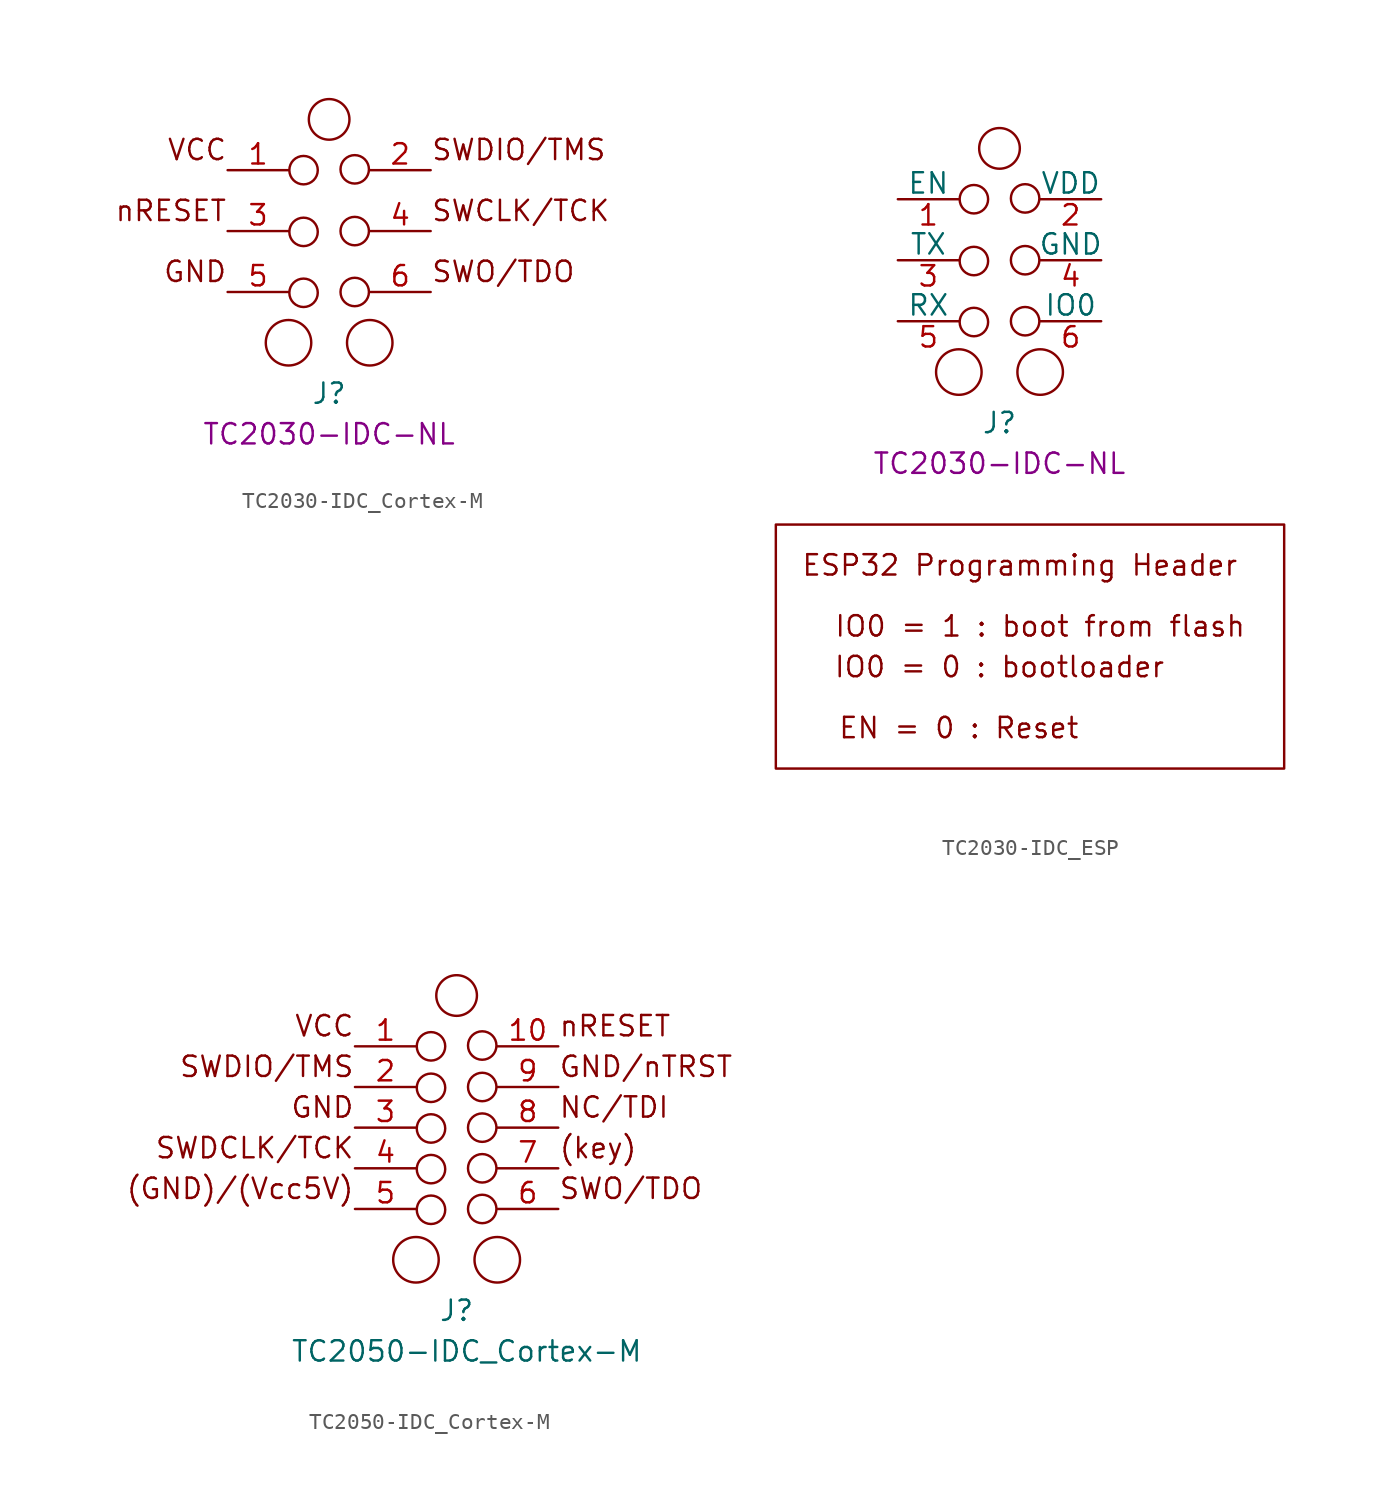
<source format=kicad_sym>
(kicad_symbol_lib
  (version 20211014)
  (generator kicad_symbol_editor)
  (symbol "TC2030-IDC_Cortex-M"
    (pin_names
      (offset 0) hide)
    (property "Reference" "J"
      (at 0 -10.16 0)
      (effects (font (size 1.27 1.27))))
    (property "Connector" "TC2030-IDC-NL"
      (at 0 -12.7 0)
      (effects (font (size 1.27 1.27))))
    (symbol "TC2030-IDC_Cortex-M_0_0"
      (text "GND" (at -6.35 -2.54 0) (effects (font (size 1.27 1.27)) (justify right)))
      (text "nRESET" (at -6.35 1.27 0) (effects (font (size 1.27 1.27)) (justify right)))
      (text "SWCLK/TCK" (at 6.35 1.27 0) (effects (font (size 1.27 1.27)) (justify left)))
      (text "SWDIO/TMS" (at 6.35 5.08 0) (effects (font (size 1.27 1.27)) (justify left)))
      (text "SWO/TDO" (at 6.35 -2.54 0) (effects (font (size 1.27 1.27)) (justify left)))
      (text "VCC" (at -6.35 5.08 0) (effects (font (size 1.27 1.27)) (justify right))))
    (symbol "TC2030-IDC_Cortex-M_0_1"
      (circle (center -2.54 -6.985) (radius 1.422) (stroke (width 0) (type default) (color 0 0 0 0)) (fill (type none)))
      (circle (center -1.6 3.81) (radius 0.889) (stroke (width 0) (type default) (color 0 0 0 0)) (fill (type none)))
      (circle (center 0 6.985) (radius 1.27) (stroke (width 0) (type default) (color 0 0 0 0)) (fill (type none))))
    (symbol "TC2030-IDC_Cortex-M_1_1"
      (circle (center -1.6 -3.861) (radius 0.889) (stroke (width 0) (type default) (color 0 0 0 0)) (fill (type none)))
      (circle (center -1.6 -0.051) (radius 0.889) (stroke (width 0) (type default) (color 0 0 0 0)) (fill (type none)))
      (circle (center 1.6 -3.81) (radius 0.889) (stroke (width 0) (type default) (color 0 0 0 0)) (fill (type none)))
      (circle (center 1.6 0) (radius 0.889) (stroke (width 0) (type default) (color 0 0 0 0)) (fill (type none)))
      (circle (center 1.6 3.861) (radius 0.889) (stroke (width 0) (type default) (color 0 0 0 0)) (fill (type none)))
      (circle (center 2.54 -6.985) (radius 1.422) (stroke (width 0) (type default) (color 0 0 0 0)) (fill (type none)))
      (pin passive line (at -6.35 3.81 0) (length 3.81) (name "VCC" (effects (font (size 1.27 1.27)))) (number "1" (effects (font (size 1.27 1.27)))))
      (pin passive line (at 6.35 3.81 180) (length 3.81) (name "SWDIO" (effects (font (size 1.27 1.27)))) (number "2" (effects (font (size 1.27 1.27)))))
      (pin passive line (at -6.35 0 0) (length 3.81) (name "nRESET" (effects (font (size 1.27 1.27)))) (number "3" (effects (font (size 1.27 1.27)))))
      (pin passive line (at 6.35 0 180) (length 3.81) (name "SWCLK" (effects (font (size 1.27 1.27)))) (number "4" (effects (font (size 1.27 1.27)))))
      (pin passive line (at -6.35 -3.81 0) (length 3.81) (name "GND" (effects (font (size 1.27 1.27)))) (number "5" (effects (font (size 1.27 1.27)))))
      (pin passive line (at 6.35 -3.81 180) (length 3.81) (name "SWO" (effects (font (size 1.27 1.27)))) (number "6" (effects (font (size 1.27 1.27)))))))
  (symbol "TC2030-IDC_ESP"
    (pin_names
      (offset 0))
    (property "Reference" "J"
      (at 0 -10.16 0)
      (effects (font (size 1.27 1.27))))
    (property "Connector" "TC2030-IDC-NL"
      (at 0 -12.7 0)
      (effects (font (size 1.27 1.27))))
    (symbol "TC2030-IDC_ESP_0_0"
      (rectangle (start -13.97 -16.51) (end 17.78 -31.75) (stroke (width 0) (type default) (color 0 0 0 0)) (fill (type none)))
      (text "EN = 0 : Reset" (at -2.54 -29.21 0) (effects (font (size 1.27 1.27))))
      (text "ESP32 Programming Header" (at 1.27 -19.05 0) (effects (font (size 1.27 1.27))))
      (text "IO0 = 0 : bootloader" (at 0 -25.4 0) (effects (font (size 1.27 1.27))))
      (text "IO0 = 1 : boot from flash" (at 2.54 -22.86 0) (effects (font (size 1.27 1.27)))))
    (symbol "TC2030-IDC_ESP_0_1"
      (circle (center -2.54 -6.985) (radius 1.422) (stroke (width 0) (type default) (color 0 0 0 0)) (fill (type none)))
      (circle (center -1.6 3.81) (radius 0.889) (stroke (width 0) (type default) (color 0 0 0 0)) (fill (type none)))
      (circle (center 0 6.985) (radius 1.27) (stroke (width 0) (type default) (color 0 0 0 0)) (fill (type none))))
    (symbol "TC2030-IDC_ESP_1_1"
      (circle (center -1.6 -3.861) (radius 0.889) (stroke (width 0) (type default) (color 0 0 0 0)) (fill (type none)))
      (circle (center -1.6 -0.051) (radius 0.889) (stroke (width 0) (type default) (color 0 0 0 0)) (fill (type none)))
      (circle (center 1.6 -3.81) (radius 0.889) (stroke (width 0) (type default) (color 0 0 0 0)) (fill (type none)))
      (circle (center 1.6 0) (radius 0.889) (stroke (width 0) (type default) (color 0 0 0 0)) (fill (type none)))
      (circle (center 1.6 3.861) (radius 0.889) (stroke (width 0) (type default) (color 0 0 0 0)) (fill (type none)))
      (circle (center 2.54 -6.985) (radius 1.422) (stroke (width 0) (type default) (color 0 0 0 0)) (fill (type none)))
      (pin passive line (at -6.35 3.81 0) (length 3.81) (name "EN" (effects (font (size 1.27 1.27)))) (number "1" (effects (font (size 1.27 1.27)))))
      (pin passive line (at 6.35 3.81 180) (length 3.81) (name "VDD" (effects (font (size 1.27 1.27)))) (number "2" (effects (font (size 1.27 1.27)))))
      (pin passive line (at -6.35 0 0) (length 3.81) (name "TX" (effects (font (size 1.27 1.27)))) (number "3" (effects (font (size 1.27 1.27)))))
      (pin passive line (at 6.35 0 180) (length 3.81) (name "GND" (effects (font (size 1.27 1.27)))) (number "4" (effects (font (size 1.27 1.27)))))
      (pin passive line (at -6.35 -3.81 0) (length 3.81) (name "RX" (effects (font (size 1.27 1.27)))) (number "5" (effects (font (size 1.27 1.27)))))
      (pin passive line (at 6.35 -3.81 180) (length 3.81) (name "IO0" (effects (font (size 1.27 1.27)))) (number "6" (effects (font (size 1.27 1.27)))))))
  (symbol "TC2050-IDC_Cortex-M"
    (pin_names hide)
    (property "Reference" "J"
      (at 0 -11.43 0)
      (effects (font (size 1.27 1.27))))
    (property "Value" "TC2050-IDC_Cortex-M"
      (at 0.635 -13.97 0)
      (effects (font (size 1.27 1.27))))
    (symbol "TC2050-IDC_Cortex-M_0_0"
      (text "(GND)/(Vcc5V)" (at -6.35 -3.81 0) (effects (font (size 1.27 1.27)) (justify right)))
      (text "(key)" (at 6.35 -1.27 0) (effects (font (size 1.27 1.27)) (justify left)))
      (text "GND" (at -6.35 1.27 0) (effects (font (size 1.27 1.27)) (justify right)))
      (text "GND/nTRST" (at 6.35 3.81 0) (effects (font (size 1.27 1.27)) (justify left)))
      (text "NC/TDI" (at 6.35 1.27 0) (effects (font (size 1.27 1.27)) (justify left)))
      (text "nRESET" (at 6.35 6.35 0) (effects (font (size 1.27 1.27)) (justify left)))
      (text "SWDCLK/TCK" (at -6.35 -1.27 0) (effects (font (size 1.27 1.27)) (justify right)))
      (text "SWDIO/TMS" (at -6.35 3.81 0) (effects (font (size 1.27 1.27)) (justify right)))
      (text "SWO/TDO" (at 6.35 -3.81 0) (effects (font (size 1.27 1.27)) (justify left)))
      (text "VCC" (at -6.35 6.35 0) (effects (font (size 1.27 1.27)) (justify right))))
    (symbol "TC2050-IDC_Cortex-M_0_1"
      (circle (center -2.54 -8.255) (radius 1.422) (stroke (width 0) (type default) (color 0 0 0 0)) (fill (type none)))
      (circle (center -1.6 5.08) (radius 0.889) (stroke (width 0) (type default) (color 0 0 0 0)) (fill (type none)))
      (circle (center 0 8.255) (radius 1.27) (stroke (width 0) (type default) (color 0 0 0 0)) (fill (type none))))
    (symbol "TC2050-IDC_Cortex-M_1_1"
      (circle (center -1.6 -5.131) (radius 0.889) (stroke (width 0) (type default) (color 0 0 0 0)) (fill (type none)))
      (circle (center -1.6 -2.591) (radius 0.889) (stroke (width 0) (type default) (color 0 0 0 0)) (fill (type none)))
      (circle (center -1.6 -0.051) (radius 0.889) (stroke (width 0) (type default) (color 0 0 0 0)) (fill (type none)))
      (circle (center -1.6 2.489) (radius 0.889) (stroke (width 0) (type default) (color 0 0 0 0)) (fill (type none)))
      (circle (center 1.6 -5.08) (radius 0.889) (stroke (width 0) (type default) (color 0 0 0 0)) (fill (type none)))
      (circle (center 1.6 -2.54) (radius 0.889) (stroke (width 0) (type default) (color 0 0 0 0)) (fill (type none)))
      (circle (center 1.6 0) (radius 0.889) (stroke (width 0) (type default) (color 0 0 0 0)) (fill (type none)))
      (circle (center 1.6 2.54) (radius 0.889) (stroke (width 0) (type default) (color 0 0 0 0)) (fill (type none)))
      (circle (center 1.6 5.131) (radius 0.889) (stroke (width 0) (type default) (color 0 0 0 0)) (fill (type none)))
      (circle (center 2.54 -8.255) (radius 1.422) (stroke (width 0) (type default) (color 0 0 0 0)) (fill (type none)))
      (pin passive line (at -6.35 5.08 0) (length 3.81) (name "VCC" (effects (font (size 1.27 1.27)))) (number "1" (effects (font (size 1.27 1.27)))))
      (pin passive line (at 6.35 5.08 180) (length 3.81) (name "nRESET" (effects (font (size 1.27 1.27)))) (number "10" (effects (font (size 1.27 1.27)))))
      (pin passive line (at -6.35 2.54 0) (length 3.81) (name "SWDIO/TMS" (effects (font (size 1.27 1.27)))) (number "2" (effects (font (size 1.27 1.27)))))
      (pin passive line (at -6.35 0 0) (length 3.81) (name "GND" (effects (font (size 1.27 1.27)))) (number "3" (effects (font (size 1.27 1.27)))))
      (pin passive line (at -6.35 -2.54 0) (length 3.81) (name "SWDCLK/TCK" (effects (font (size 1.27 1.27)))) (number "4" (effects (font (size 1.27 1.27)))))
      (pin passive line (at -6.35 -5.08 0) (length 3.81) (name "(GND)/(Vcc5V)" (effects (font (size 1.27 1.27)))) (number "5" (effects (font (size 1.27 1.27)))))
      (pin passive line (at 6.35 -5.08 180) (length 3.81) (name "SWO/TDO" (effects (font (size 1.27 1.27)))) (number "6" (effects (font (size 1.27 1.27)))))
      (pin passive line (at 6.35 -2.54 180) (length 3.81) (name "(key)" (effects (font (size 1.27 1.27)))) (number "7" (effects (font (size 1.27 1.27)))))
      (pin passive line (at 6.35 0 180) (length 3.81) (name "NC/TDI" (effects (font (size 1.27 1.27)))) (number "8" (effects (font (size 1.27 1.27)))))
      (pin passive line (at 6.35 2.54 180) (length 3.81) (name "GND/nTRST" (effects (font (size 1.27 1.27)))) (number "9" (effects (font (size 1.27 1.27))))))))
</source>
